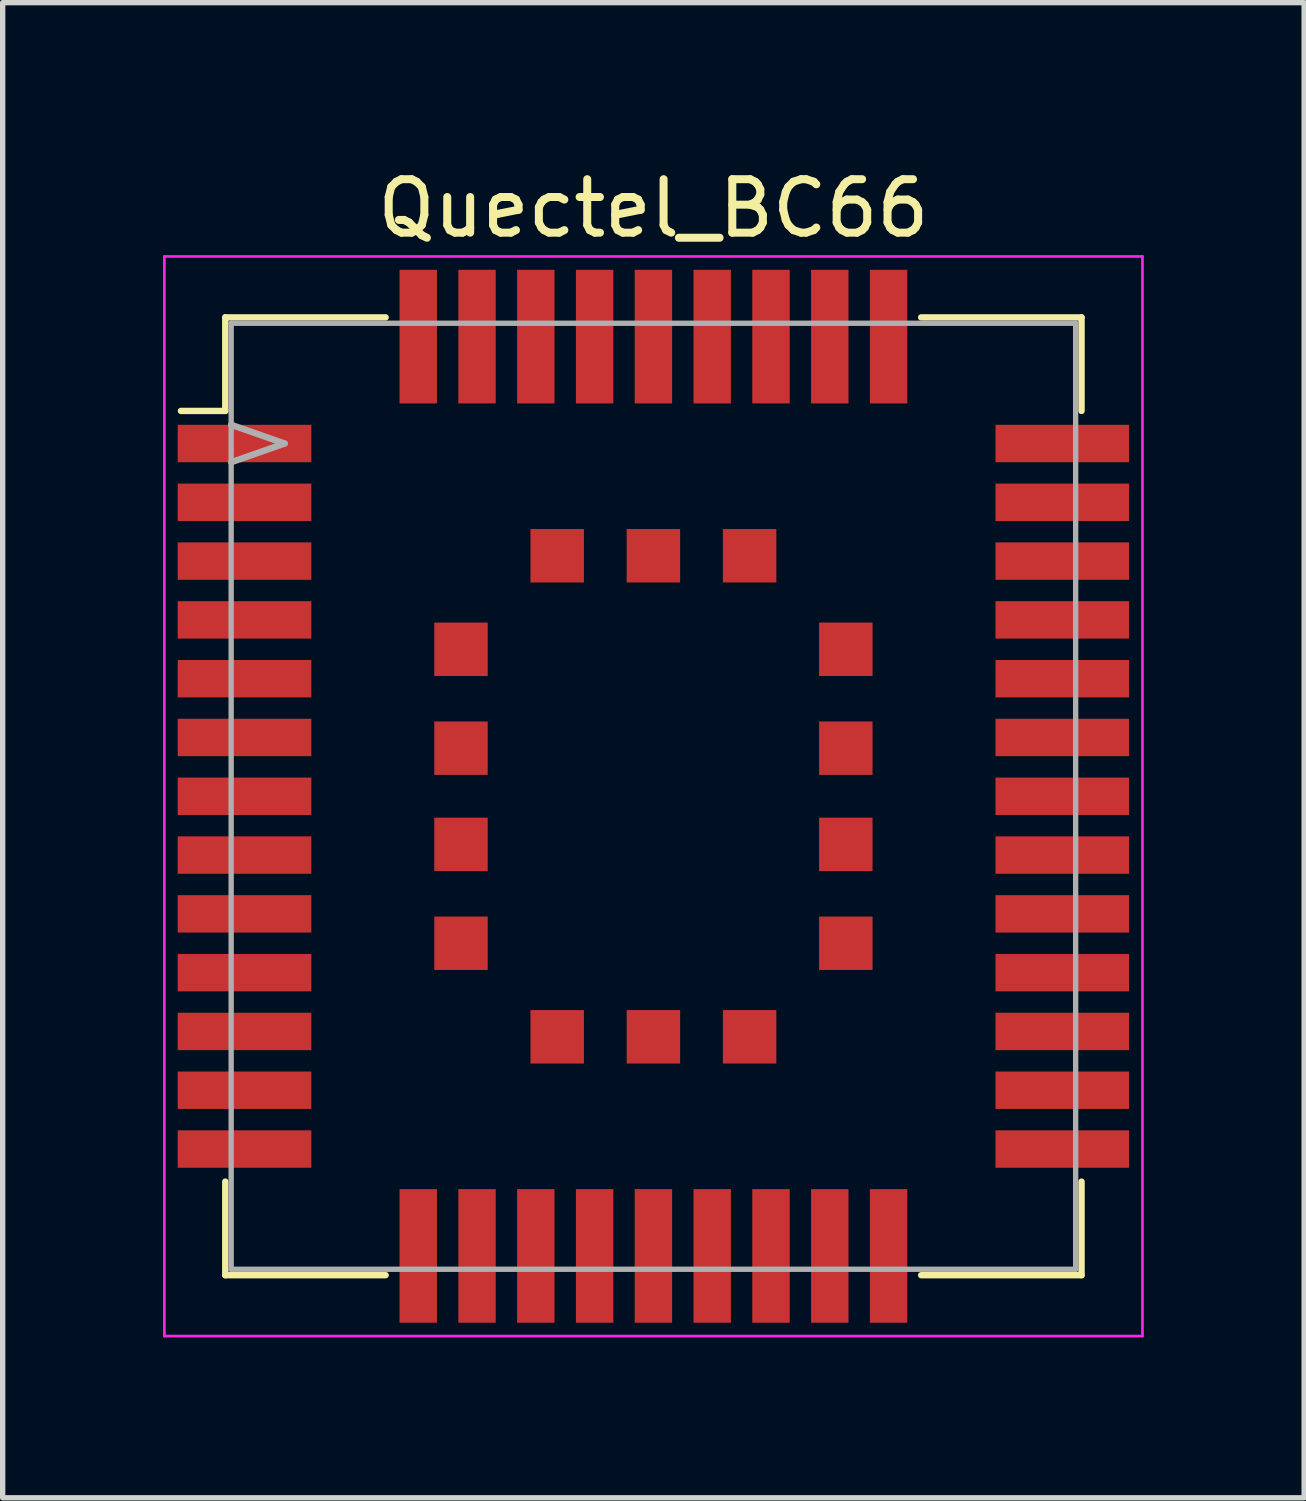
<source format=kicad_pcb>
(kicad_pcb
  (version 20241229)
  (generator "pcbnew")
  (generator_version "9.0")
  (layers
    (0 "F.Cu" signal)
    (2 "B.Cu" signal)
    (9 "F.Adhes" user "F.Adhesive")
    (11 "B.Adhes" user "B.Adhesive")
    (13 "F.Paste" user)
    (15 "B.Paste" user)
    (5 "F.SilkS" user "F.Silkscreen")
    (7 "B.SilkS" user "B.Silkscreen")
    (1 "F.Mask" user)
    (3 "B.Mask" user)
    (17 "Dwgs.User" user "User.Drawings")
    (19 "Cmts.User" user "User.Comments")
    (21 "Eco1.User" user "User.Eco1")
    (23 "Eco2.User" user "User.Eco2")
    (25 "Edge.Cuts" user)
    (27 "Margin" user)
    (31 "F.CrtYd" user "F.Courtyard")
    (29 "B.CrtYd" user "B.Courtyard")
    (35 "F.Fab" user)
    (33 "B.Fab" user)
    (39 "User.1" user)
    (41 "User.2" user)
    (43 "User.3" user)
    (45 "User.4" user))
  (footprint "Quectel_BC66"
    (layer "F.Cu")
    (at 9.175 11.848)
    (property "Reference" "Quectel_BC66" (at 0 -11 0) (layer "F.SilkS") (effects (font (size 1 1) (thickness 0.15))))
    (attr through_hole)
    (fp_line (start -8.84 -7.21) (end -8.01 -7.21) (stroke (width 0.12) (type solid)) (layer "F.SilkS"))
    (fp_line (start -8.01 -8.96) (end -8.01 -7.21) (stroke (width 0.12) (type solid)) (layer "F.SilkS"))
    (fp_line (start -8.01 -8.96) (end -5.01 -8.96) (stroke (width 0.12) (type solid)) (layer "F.SilkS"))
    (fp_line (start -8.01 7.21) (end -8.01 8.96) (stroke (width 0.12) (type solid)) (layer "F.SilkS"))
    (fp_line (start -8.01 8.96) (end -5.01 8.96) (stroke (width 0.12) (type solid)) (layer "F.SilkS"))
    (fp_line (start 5.01 -8.96) (end 8.01 -8.96) (stroke (width 0.12) (type solid)) (layer "F.SilkS"))
    (fp_line (start 5.01 8.96) (end 8.01 8.96) (stroke (width 0.12) (type solid)) (layer "F.SilkS"))
    (fp_line (start 8.01 -8.96) (end 8.01 -7.21) (stroke (width 0.12) (type solid)) (layer "F.SilkS"))
    (fp_line (start 8.01 7.21) (end 8.01 8.96) (stroke (width 0.12) (type solid)) (layer "F.SilkS"))
    (fp_line (start -9.15 -10.1) (end -9.15 10.1) (stroke (width 0.05) (type solid)) (layer "F.CrtYd"))
    (fp_line (start -9.15 -10.1) (end 9.15 -10.1) (stroke (width 0.05) (type solid)) (layer "F.CrtYd"))
    (fp_line (start -9.15 10.1) (end 9.15 10.1) (stroke (width 0.05) (type solid)) (layer "F.CrtYd"))
    (fp_line (start 9.15 -10.1) (end 9.15 10.1) (stroke (width 0.05) (type solid)) (layer "F.CrtYd"))
    (fp_line (start -7.9 -8.85) (end -7.9 8.85) (stroke (width 0.1) (type solid)) (layer "F.Fab"))
    (fp_line (start -7.9 -8.85) (end 7.9 -8.85) (stroke (width 0.1) (type solid)) (layer "F.Fab"))
    (fp_line (start -7.9 -6.95) (end -6.9 -6.6) (stroke (width 0.12) (type solid)) (layer "F.Fab"))
    (fp_line (start -7.9 8.85) (end 7.9 8.85) (stroke (width 0.1) (type solid)) (layer "F.Fab"))
    (fp_line (start -6.9 -6.6) (end -7.9 -6.25) (stroke (width 0.12) (type solid)) (layer "F.Fab"))
    (fp_line (start 7.9 -8.85) (end 7.9 8.85) (stroke (width 0.1) (type solid)) (layer "F.Fab"))
    (pad "1" smd rect (at -7.65 -6.6) (size 2.5 0.7) (layers "F.Cu" "F.Mask" "F.Paste"))
    (pad "2" smd rect (at -7.65 -5.5) (size 2.5 0.7) (layers "F.Cu" "F.Mask" "F.Paste"))
    (pad "3" smd rect (at -7.65 -4.4) (size 2.5 0.7) (layers "F.Cu" "F.Mask" "F.Paste"))
    (pad "4" smd rect (at -7.65 -3.3) (size 2.5 0.7) (layers "F.Cu" "F.Mask" "F.Paste"))
    (pad "5" smd rect (at -7.65 -2.2) (size 2.5 0.7) (layers "F.Cu" "F.Mask" "F.Paste"))
    (pad "6" smd rect (at -7.65 -1.1) (size 2.5 0.7) (layers "F.Cu" "F.Mask" "F.Paste"))
    (pad "7" smd rect (at -7.65 0) (size 2.5 0.7) (layers "F.Cu" "F.Mask" "F.Paste"))
    (pad "8" smd rect (at -7.65 1.1) (size 2.5 0.7) (layers "F.Cu" "F.Mask" "F.Paste"))
    (pad "9" smd rect (at -7.65 2.2) (size 2.5 0.7) (layers "F.Cu" "F.Mask" "F.Paste"))
    (pad "10" smd rect (at -7.65 3.3) (size 2.5 0.7) (layers "F.Cu" "F.Mask" "F.Paste"))
    (pad "11" smd rect (at -7.65 4.4) (size 2.5 0.7) (layers "F.Cu" "F.Mask" "F.Paste"))
    (pad "12" smd rect (at -7.65 5.5) (size 2.5 0.7) (layers "F.Cu" "F.Mask" "F.Paste"))
    (pad "13" smd rect (at -7.65 6.6) (size 2.5 0.7) (layers "F.Cu" "F.Mask" "F.Paste"))
    (pad "14" smd rect (at -4.4 8.6 90) (size 2.5 0.7) (layers "F.Cu" "F.Mask" "F.Paste"))
    (pad "15" smd rect (at -3.3 8.6 90) (size 2.5 0.7) (layers "F.Cu" "F.Mask" "F.Paste"))
    (pad "16" smd rect (at -2.2 8.6 90) (size 2.5 0.7) (layers "F.Cu" "F.Mask" "F.Paste"))
    (pad "17" smd rect (at -1.1 8.6 90) (size 2.5 0.7) (layers "F.Cu" "F.Mask" "F.Paste"))
    (pad "18" smd rect (at 0 8.6 90) (size 2.5 0.7) (layers "F.Cu" "F.Mask" "F.Paste"))
    (pad "19" smd rect (at 1.1 8.6 90) (size 2.5 0.7) (layers "F.Cu" "F.Mask" "F.Paste"))
    (pad "20" smd rect (at 2.2 8.6 90) (size 2.5 0.7) (layers "F.Cu" "F.Mask" "F.Paste"))
    (pad "21" smd rect (at 3.3 8.6 90) (size 2.5 0.7) (layers "F.Cu" "F.Mask" "F.Paste"))
    (pad "22" smd rect (at 4.4 8.6 90) (size 2.5 0.7) (layers "F.Cu" "F.Mask" "F.Paste"))
    (pad "23" smd rect (at 7.65 6.6) (size 2.5 0.7) (layers "F.Cu" "F.Mask" "F.Paste"))
    (pad "24" smd rect (at 7.65 5.5) (size 2.5 0.7) (layers "F.Cu" "F.Mask" "F.Paste"))
    (pad "25" smd rect (at 7.65 4.4) (size 2.5 0.7) (layers "F.Cu" "F.Mask" "F.Paste"))
    (pad "26" smd rect (at 7.65 3.3) (size 2.5 0.7) (layers "F.Cu" "F.Mask" "F.Paste"))
    (pad "27" smd rect (at 7.65 2.2) (size 2.5 0.7) (layers "F.Cu" "F.Mask" "F.Paste"))
    (pad "28" smd rect (at 7.65 1.1) (size 2.5 0.7) (layers "F.Cu" "F.Mask" "F.Paste"))
    (pad "29" smd rect (at 7.65 0) (size 2.5 0.7) (layers "F.Cu" "F.Mask" "F.Paste"))
    (pad "30" smd rect (at 7.65 -1.1) (size 2.5 0.7) (layers "F.Cu" "F.Mask" "F.Paste"))
    (pad "31" smd rect (at 7.65 -2.2) (size 2.5 0.7) (layers "F.Cu" "F.Mask" "F.Paste"))
    (pad "32" smd rect (at 7.65 -3.3) (size 2.5 0.7) (layers "F.Cu" "F.Mask" "F.Paste"))
    (pad "33" smd rect (at 7.65 -4.4) (size 2.5 0.7) (layers "F.Cu" "F.Mask" "F.Paste"))
    (pad "34" smd rect (at 7.65 -5.5) (size 2.5 0.7) (layers "F.Cu" "F.Mask" "F.Paste"))
    (pad "35" smd rect (at 7.65 -6.6) (size 2.5 0.7) (layers "F.Cu" "F.Mask" "F.Paste"))
    (pad "36" smd rect (at 4.4 -8.6 270) (size 2.5 0.7) (layers "F.Cu" "F.Mask" "F.Paste"))
    (pad "37" smd rect (at 3.3 -8.6 270) (size 2.5 0.7) (layers "F.Cu" "F.Mask" "F.Paste"))
    (pad "38" smd rect (at 2.2 -8.6 270) (size 2.5 0.7) (layers "F.Cu" "F.Mask" "F.Paste"))
    (pad "39" smd rect (at 1.1 -8.6 270) (size 2.5 0.7) (layers "F.Cu" "F.Mask" "F.Paste"))
    (pad "40" smd rect (at 0 -8.6 270) (size 2.5 0.7) (layers "F.Cu" "F.Mask" "F.Paste"))
    (pad "41" smd rect (at -1.1 -8.6 270) (size 2.5 0.7) (layers "F.Cu" "F.Mask" "F.Paste"))
    (pad "42" smd rect (at -2.2 -8.6 270) (size 2.5 0.7) (layers "F.Cu" "F.Mask" "F.Paste"))
    (pad "43" smd rect (at -3.3 -8.6 270) (size 2.5 0.7) (layers "F.Cu" "F.Mask" "F.Paste"))
    (pad "44" smd rect (at -4.4 -8.6 270) (size 2.5 0.7) (layers "F.Cu" "F.Mask" "F.Paste"))
    (pad "45" smd rect (at -3.6 -2.75) (size 1 1) (layers "F.Cu" "F.Mask" "F.Paste"))
    (pad "46" smd rect (at -3.6 -0.9) (size 1 1) (layers "F.Cu" "F.Mask" "F.Paste"))
    (pad "47" smd rect (at -3.6 0.9) (size 1 1) (layers "F.Cu" "F.Mask" "F.Paste"))
    (pad "48" smd rect (at -3.6 2.75) (size 1 1) (layers "F.Cu" "F.Mask" "F.Paste"))
    (pad "49" smd rect (at -1.8 4.5) (size 1 1) (layers "F.Cu" "F.Mask" "F.Paste"))
    (pad "50" smd rect (at 0 4.5) (size 1 1) (layers "F.Cu" "F.Mask" "F.Paste"))
    (pad "51" smd rect (at 1.8 4.5) (size 1 1) (layers "F.Cu" "F.Mask" "F.Paste"))
    (pad "52" smd rect (at 3.6 2.75) (size 1 1) (layers "F.Cu" "F.Mask" "F.Paste"))
    (pad "53" smd rect (at 3.6 0.9) (size 1 1) (layers "F.Cu" "F.Mask" "F.Paste"))
    (pad "54" smd rect (at 3.6 -0.9) (size 1 1) (layers "F.Cu" "F.Mask" "F.Paste"))
    (pad "55" smd rect (at 3.6 -2.75) (size 1 1) (layers "F.Cu" "F.Mask" "F.Paste"))
    (pad "56" smd rect (at 1.8 -4.5) (size 1 1) (layers "F.Cu" "F.Mask" "F.Paste"))
    (pad "57" smd rect (at 0 -4.5) (size 1 1) (layers "F.Cu" "F.Mask" "F.Paste"))
    (pad "58" smd rect (at -1.8 -4.5) (size 1 1) (layers "F.Cu" "F.Mask" "F.Paste")))
  (gr_rect
    (start -3 -3)
    (end 21.35 24.973)
    (stroke (width 0.1) (type default))
    (fill no)
    (layer "Edge.Cuts")))
</source>
